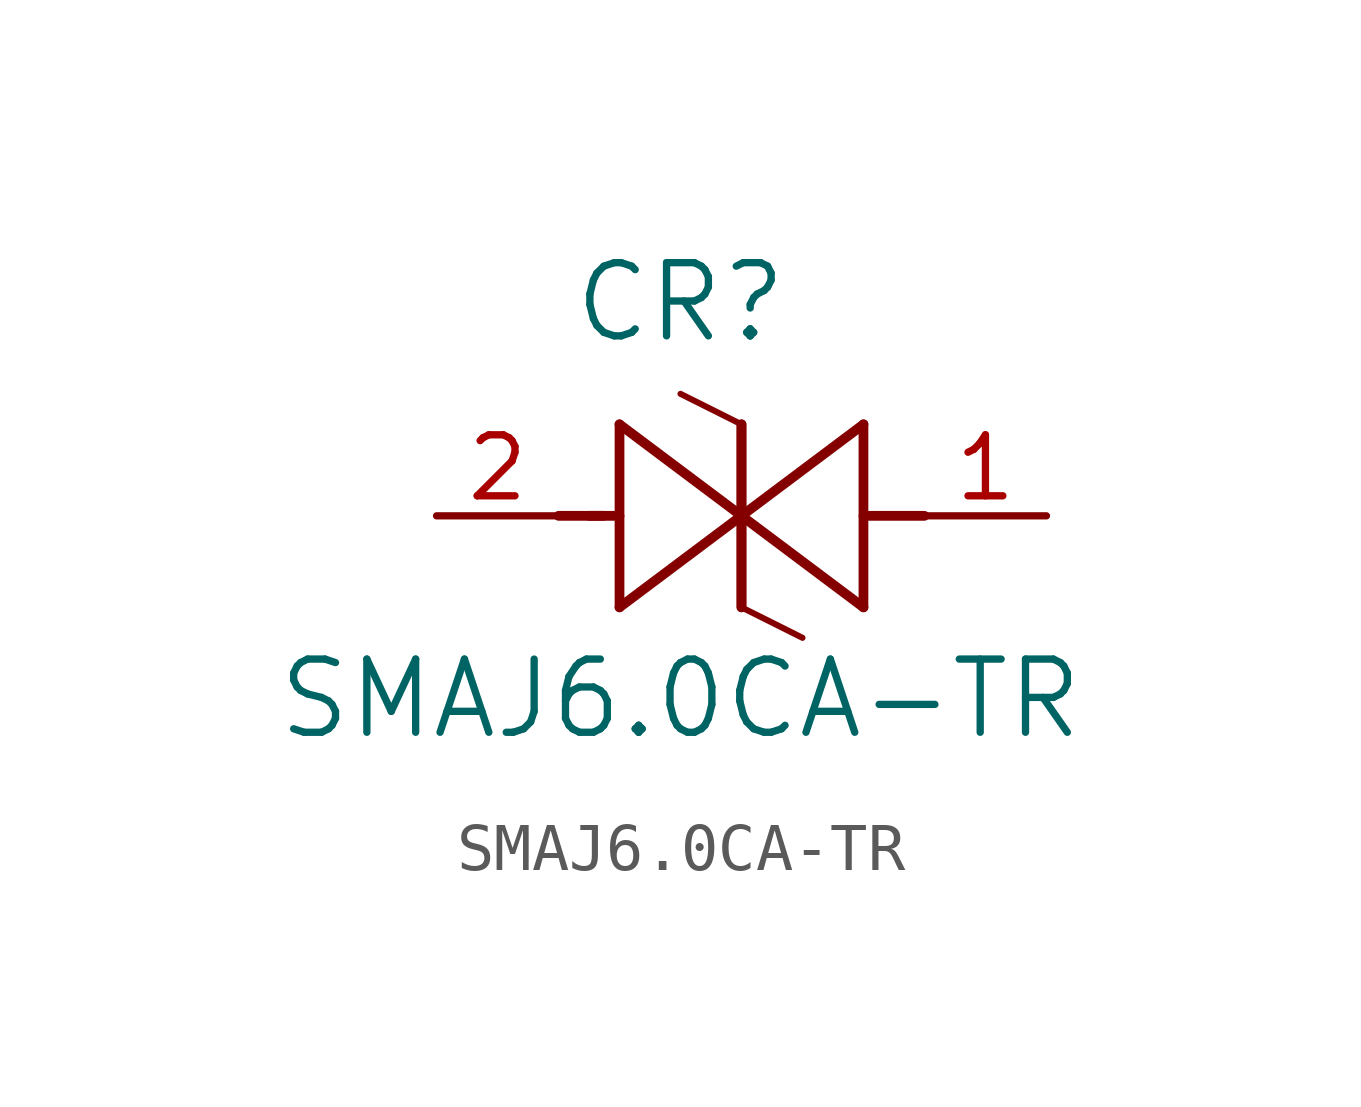
<source format=kicad_sym>
(kicad_symbol_lib
  (version 20211014)
  (generator kicad_symbol_editor)
  (symbol "SMAJ6.0CA-TR"
    (pin_names
      (offset 0.254))
    (property "Reference" "CR"
      (at 5.08 4.445 0)
      (effects (font (size 1.524 1.524))))
    (property "Value" "SMAJ6.0CA-TR"
      (at 5.08 -3.81 0)
      (effects (font (size 1.524 1.524))))
    (symbol "SMAJ6.0CA-TR_0_1"
      (polyline (pts (xy 2.54 0) (xy 3.48 0)) (stroke (width 0.203) (type default) (color 0 0 0 0)) (fill (type none)))
      (polyline (pts (xy 3.81 1.905) (xy 3.81 -1.905)) (stroke (width 0.203) (type default) (color 0 0 0 0)) (fill (type none)))
      (polyline (pts (xy 3.175 0) (xy 3.81 0)) (stroke (width 0.203) (type default) (color 0 0 0 0)) (fill (type none)))
      (polyline (pts (xy 6.35 -1.905) (xy 6.35 1.905)) (stroke (width 0.203) (type default) (color 0 0 0 0)) (fill (type none)))
      (polyline (pts (xy 6.35 0) (xy 6.35 0)) (stroke (width 0.203) (type default) (color 0 0 0 0)) (fill (type none)))
      (polyline (pts (xy 6.35 0) (xy 3.81 1.905)) (stroke (width 0.203) (type default) (color 0 0 0 0)) (fill (type none)))
      (polyline (pts (xy 3.81 -1.905) (xy 6.35 0)) (stroke (width 0.203) (type default) (color 0 0 0 0)) (fill (type none)))
      (polyline (pts (xy 8.89 -1.905) (xy 8.89 1.905)) (stroke (width 0.203) (type default) (color 0 0 0 0)) (fill (type none)))
      (polyline (pts (xy 10.16 0) (xy 8.89 0)) (stroke (width 0.203) (type default) (color 0 0 0 0)) (fill (type none)))
      (polyline (pts (xy 6.35 1.905) (xy 6.35 -1.905)) (stroke (width 0.203) (type default) (color 0 0 0 0)) (fill (type none)))
      (polyline (pts (xy 6.35 0) (xy 6.35 0)) (stroke (width 0.203) (type default) (color 0 0 0 0)) (fill (type none)))
      (polyline (pts (xy 6.35 0) (xy 8.89 -1.905)) (stroke (width 0.203) (type default) (color 0 0 0 0)) (fill (type none)))
      (polyline (pts (xy 8.89 1.905) (xy 6.35 0)) (stroke (width 0.203) (type default) (color 0 0 0 0)) (fill (type none)))
      (polyline (pts (xy 6.35 1.905) (xy 5.08 2.54)) (stroke (width 0.127) (type default) (color 0 0 0 0)) (fill (type none)))
      (polyline (pts (xy 6.35 -1.905) (xy 7.62 -2.54)) (stroke (width 0.127) (type default) (color 0 0 0 0)) (fill (type none)))
      (pin unspecified line (at 0 0 0) (length 2.54) (name "" (effects (font (size 1.27 1.27)))) (number "2" (effects (font (size 1.27 1.27)))))
      (pin unspecified line (at 12.7 0 180) (length 2.54) (name "" (effects (font (size 1.27 1.27)))) (number "1" (effects (font (size 1.27 1.27))))))))
</source>
